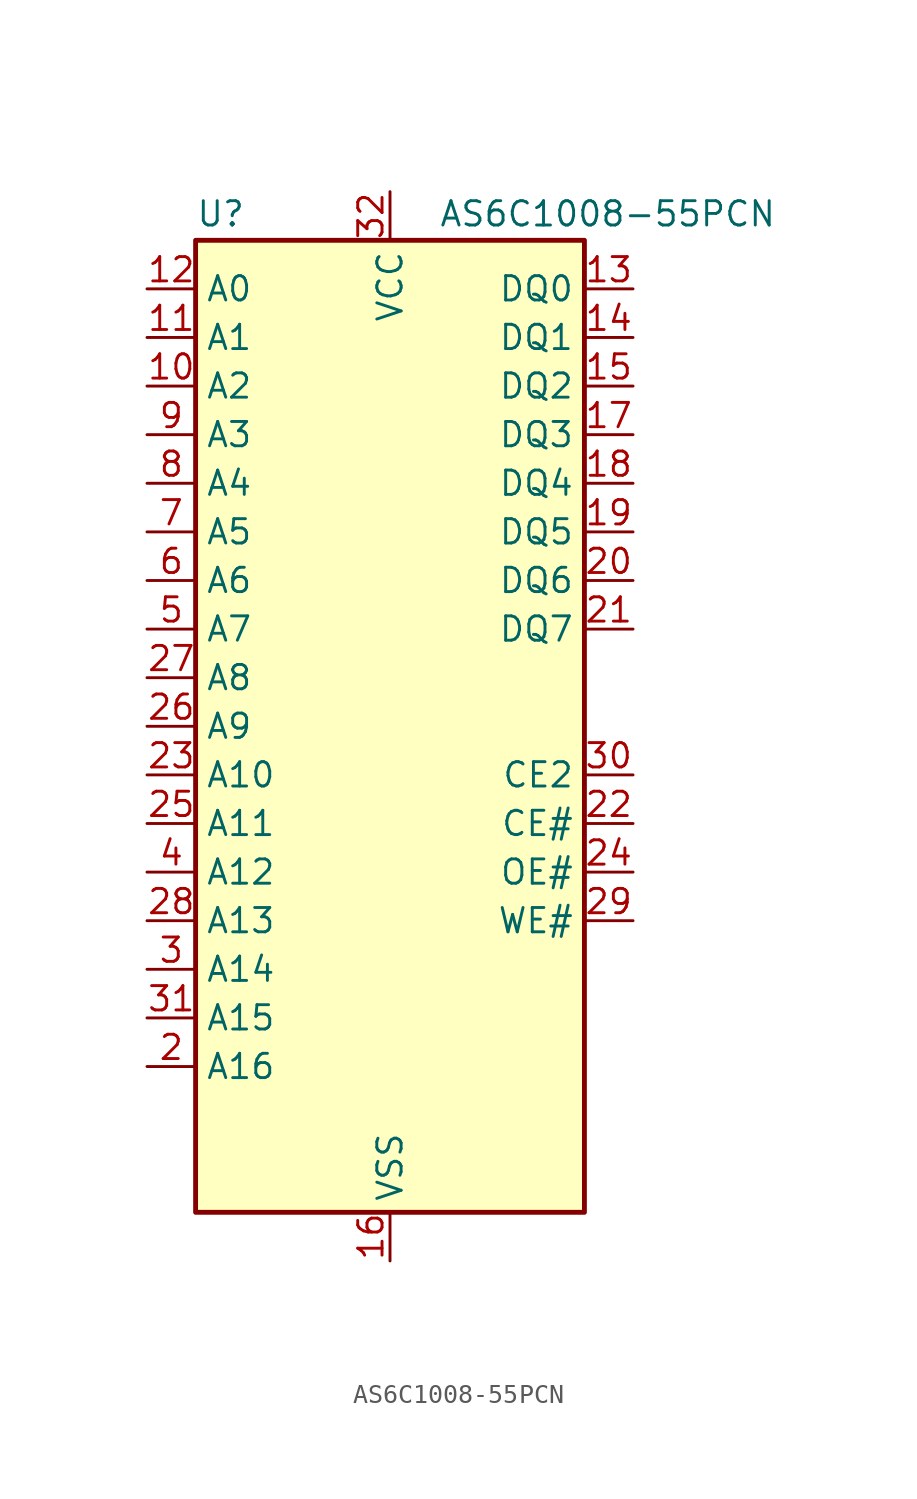
<source format=kicad_sym>
(kicad_symbol_lib
  (version 20231120)
  (generator "kicad_symbol_editor")
  (generator_version "8.0")
  (symbol "AS6C1008-55PCN"
    (property "Reference" "U"
      (at -10.16 26.035 0)
      (effects (font (size 1.27 1.27)) (justify left bottom)))
    (property "Value" "AS6C1008-55PCN"
      (at 2.54 26.035 0)
      (effects (font (size 1.27 1.27)) (justify left bottom)))
    (symbol "AS6C1008-55PCN_0_0"
      (pin power_in line (at 0 -27.94 90) (length 2.54) (name "VSS" (effects (font (size 1.27 1.27)))) (number "16" (effects (font (size 1.27 1.27)))))
      (pin power_in line (at 0 27.94 270) (length 2.54) (name "VCC" (effects (font (size 1.27 1.27)))) (number "32" (effects (font (size 1.27 1.27))))))
    (symbol "AS6C1008-55PCN_0_1"
      (rectangle (start -10.16 25.4) (end 10.16 -25.4) (stroke (width 0.254) (type default)) (fill (type background))))
    (symbol "AS6C1008-55PCN_1_1"
      (pin input line (at -12.7 17.78 0) (length 2.54) (name "A2" (effects (font (size 1.27 1.27)))) (number "10" (effects (font (size 1.27 1.27)))))
      (pin input line (at -12.7 20.32 0) (length 2.54) (name "A1" (effects (font (size 1.27 1.27)))) (number "11" (effects (font (size 1.27 1.27)))))
      (pin input line (at -12.7 22.86 0) (length 2.54) (name "A0" (effects (font (size 1.27 1.27)))) (number "12" (effects (font (size 1.27 1.27)))))
      (pin tri_state line (at 12.7 22.86 180) (length 2.54) (name "DQ0" (effects (font (size 1.27 1.27)))) (number "13" (effects (font (size 1.27 1.27)))))
      (pin tri_state line (at 12.7 20.32 180) (length 2.54) (name "DQ1" (effects (font (size 1.27 1.27)))) (number "14" (effects (font (size 1.27 1.27)))))
      (pin tri_state line (at 12.7 17.78 180) (length 2.54) (name "DQ2" (effects (font (size 1.27 1.27)))) (number "15" (effects (font (size 1.27 1.27)))))
      (pin tri_state line (at 12.7 15.24 180) (length 2.54) (name "DQ3" (effects (font (size 1.27 1.27)))) (number "17" (effects (font (size 1.27 1.27)))))
      (pin tri_state line (at 12.7 12.7 180) (length 2.54) (name "DQ4" (effects (font (size 1.27 1.27)))) (number "18" (effects (font (size 1.27 1.27)))))
      (pin tri_state line (at 12.7 10.16 180) (length 2.54) (name "DQ5" (effects (font (size 1.27 1.27)))) (number "19" (effects (font (size 1.27 1.27)))))
      (pin input line (at -12.7 -17.78 0) (length 2.54) (name "A16" (effects (font (size 1.27 1.27)))) (number "2" (effects (font (size 1.27 1.27)))))
      (pin tri_state line (at 12.7 7.62 180) (length 2.54) (name "DQ6" (effects (font (size 1.27 1.27)))) (number "20" (effects (font (size 1.27 1.27)))))
      (pin tri_state line (at 12.7 5.08 180) (length 2.54) (name "DQ7" (effects (font (size 1.27 1.27)))) (number "21" (effects (font (size 1.27 1.27)))))
      (pin input line (at 12.7 -5.08 180) (length 2.54) (name "CE#" (effects (font (size 1.27 1.27)))) (number "22" (effects (font (size 1.27 1.27)))))
      (pin input line (at -12.7 -2.54 0) (length 2.54) (name "A10" (effects (font (size 1.27 1.27)))) (number "23" (effects (font (size 1.27 1.27)))))
      (pin input line (at 12.7 -7.62 180) (length 2.54) (name "OE#" (effects (font (size 1.27 1.27)))) (number "24" (effects (font (size 1.27 1.27)))))
      (pin input line (at -12.7 -5.08 0) (length 2.54) (name "A11" (effects (font (size 1.27 1.27)))) (number "25" (effects (font (size 1.27 1.27)))))
      (pin input line (at -12.7 0 0) (length 2.54) (name "A9" (effects (font (size 1.27 1.27)))) (number "26" (effects (font (size 1.27 1.27)))))
      (pin input line (at -12.7 2.54 0) (length 2.54) (name "A8" (effects (font (size 1.27 1.27)))) (number "27" (effects (font (size 1.27 1.27)))))
      (pin input line (at -12.7 -10.16 0) (length 2.54) (name "A13" (effects (font (size 1.27 1.27)))) (number "28" (effects (font (size 1.27 1.27)))))
      (pin input line (at 12.7 -10.16 180) (length 2.54) (name "WE#" (effects (font (size 1.27 1.27)))) (number "29" (effects (font (size 1.27 1.27)))))
      (pin input line (at -12.7 -12.7 0) (length 2.54) (name "A14" (effects (font (size 1.27 1.27)))) (number "3" (effects (font (size 1.27 1.27)))))
      (pin input line (at 12.7 -2.54 180) (length 2.54) (name "CE2" (effects (font (size 1.27 1.27)))) (number "30" (effects (font (size 1.27 1.27)))))
      (pin input line (at -12.7 -15.24 0) (length 2.54) (name "A15" (effects (font (size 1.27 1.27)))) (number "31" (effects (font (size 1.27 1.27)))))
      (pin input line (at -12.7 -7.62 0) (length 2.54) (name "A12" (effects (font (size 1.27 1.27)))) (number "4" (effects (font (size 1.27 1.27)))))
      (pin input line (at -12.7 5.08 0) (length 2.54) (name "A7" (effects (font (size 1.27 1.27)))) (number "5" (effects (font (size 1.27 1.27)))))
      (pin input line (at -12.7 7.62 0) (length 2.54) (name "A6" (effects (font (size 1.27 1.27)))) (number "6" (effects (font (size 1.27 1.27)))))
      (pin input line (at -12.7 10.16 0) (length 2.54) (name "A5" (effects (font (size 1.27 1.27)))) (number "7" (effects (font (size 1.27 1.27)))))
      (pin input line (at -12.7 12.7 0) (length 2.54) (name "A4" (effects (font (size 1.27 1.27)))) (number "8" (effects (font (size 1.27 1.27)))))
      (pin input line (at -12.7 15.24 0) (length 2.54) (name "A3" (effects (font (size 1.27 1.27)))) (number "9" (effects (font (size 1.27 1.27))))))))
</source>
